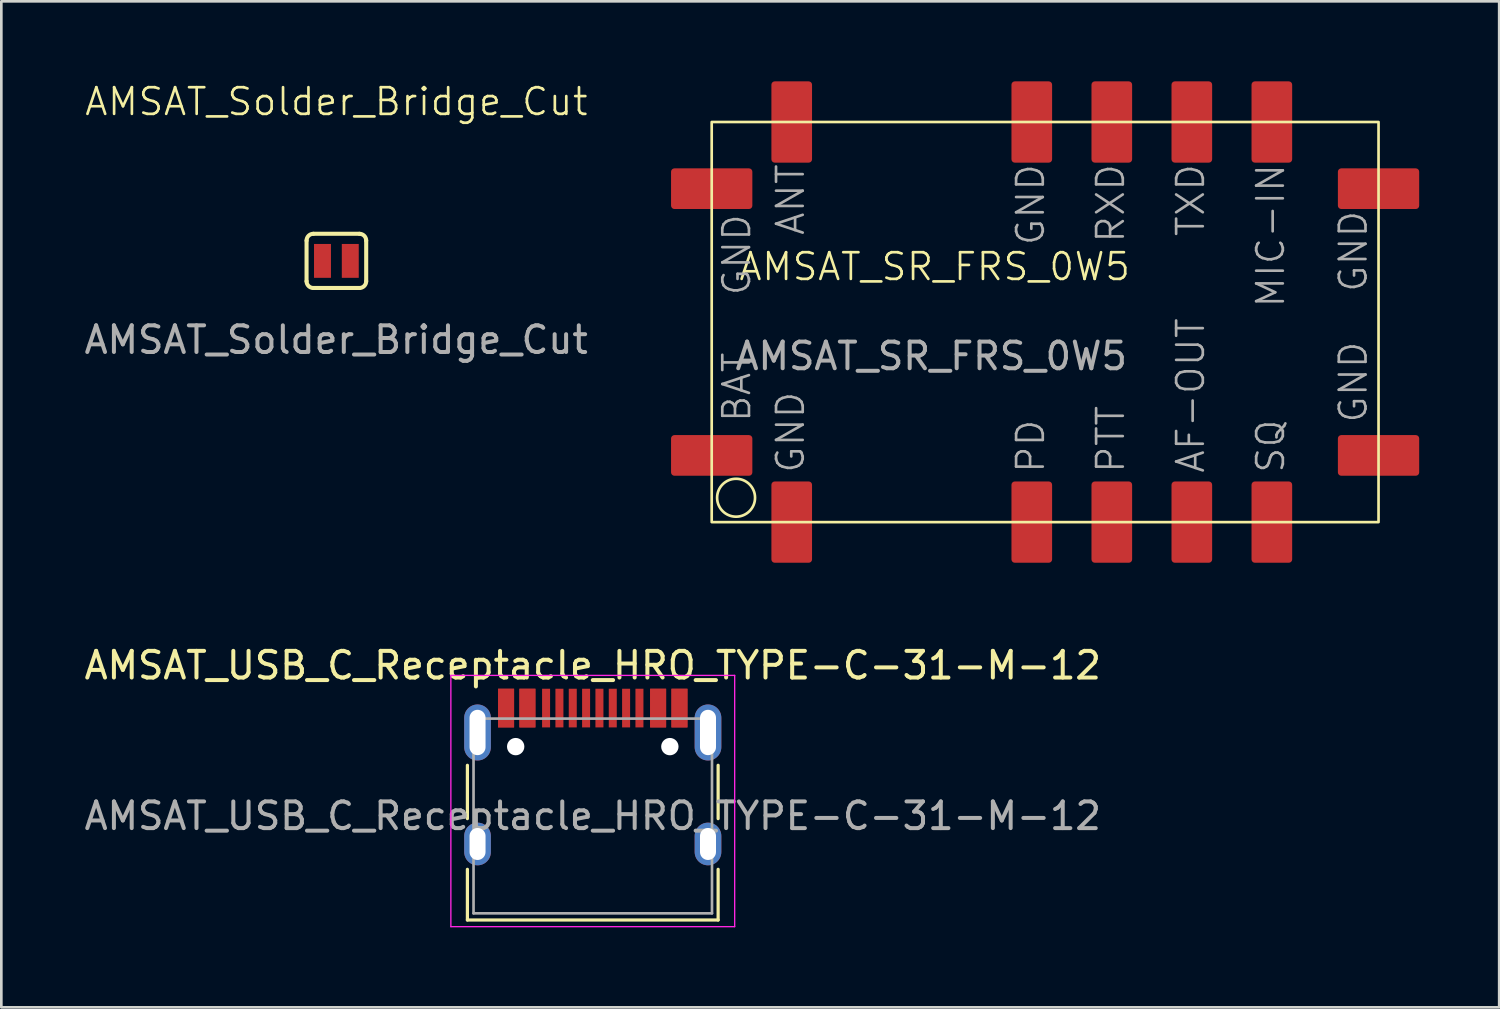
<source format=kicad_pcb>
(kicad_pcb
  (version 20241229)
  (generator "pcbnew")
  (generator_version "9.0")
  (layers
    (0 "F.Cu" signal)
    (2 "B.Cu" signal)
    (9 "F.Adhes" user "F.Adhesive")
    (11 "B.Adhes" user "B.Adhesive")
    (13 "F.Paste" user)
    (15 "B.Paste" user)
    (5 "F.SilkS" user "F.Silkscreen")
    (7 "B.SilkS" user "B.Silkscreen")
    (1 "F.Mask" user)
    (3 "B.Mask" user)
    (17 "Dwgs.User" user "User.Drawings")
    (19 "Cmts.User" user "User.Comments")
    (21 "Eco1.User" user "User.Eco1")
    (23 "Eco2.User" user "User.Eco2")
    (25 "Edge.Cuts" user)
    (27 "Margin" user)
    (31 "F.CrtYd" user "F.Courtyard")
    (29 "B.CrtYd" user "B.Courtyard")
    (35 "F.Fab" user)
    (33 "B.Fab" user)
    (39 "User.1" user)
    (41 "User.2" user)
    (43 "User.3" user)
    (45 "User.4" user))
  (footprint "AMSAT_Solder_Bridge_Cut"
    (layer "F.Cu")
    (at 9.561 6.731)
    (property "Reference" "AMSAT_Solder_Bridge_Cut" (at 0 -5.97 0) (unlocked yes) (layer "F.SilkS") (effects (font (size 1 1) (thickness 0.1))))
    (attr smd)
    (fp_line (start -1.118 0.762) (end -1.118 -0.762) (stroke (width 0.152) (type default)) (layer "F.SilkS"))
    (fp_line (start -0.864 -1.016) (end 0.864 -1.016) (stroke (width 0.152) (type default)) (layer "F.SilkS"))
    (fp_line (start 0.864 1.016) (end -0.864 1.016) (stroke (width 0.152) (type default)) (layer "F.SilkS"))
    (fp_line (start 1.118 -0.762) (end 1.118 0.762) (stroke (width 0.152) (type default)) (layer "F.SilkS"))
    (fp_arc (start -1.1176 -0.762) (mid -1.043205 -0.941605) (end -0.8636 -1.016) (stroke (width 0.1524) (type default)) (layer "F.SilkS"))
    (fp_arc (start -0.8636 1.016) (mid -1.043205 0.941605) (end -1.1176 0.762) (stroke (width 0.1524) (type default)) (layer "F.SilkS"))
    (fp_arc (start 0.8636 -1.016) (mid 1.043205 -0.941605) (end 1.1176 -0.762) (stroke (width 0.1524) (type default)) (layer "F.SilkS"))
    (fp_arc (start 1.1176 0.762) (mid 1.043205 0.941605) (end 0.8636 1.016) (stroke (width 0.1524) (type default)) (layer "F.SilkS"))
    (fp_text user "${REFERENCE}" (at -0.007 2.96 0) (unlocked yes) (layer "F.Fab") (effects (font (size 1 1) (thickness 0.15))))
    (pad "1" smd rect (at -0.521 0 90) (size 1.27 0.635) (layers "F.Cu" "F.Mask" "F.Paste"))
    (pad "2" smd rect (at 0.521 0 90) (size 1.27 0.635) (layers "F.Cu" "F.Mask" "F.Paste")))
  (footprint "AMSAT_USB_C_Receptacle_HRO_TYPE-C-31-M-12"
    (layer "F.Cu")
    (at 19.173 27.541)
    (property "Reference" "AMSAT_USB_C_Receptacle_HRO_TYPE-C-31-M-12" (at 0 -5.645 0) (layer "F.SilkS") (effects (font (size 1 1) (thickness 0.15))))
    (attr smd)
    (fp_line (start -4.7 -1.9) (end -4.7 0.1) (stroke (width 0.12) (type solid)) (layer "F.SilkS"))
    (fp_line (start -4.7 2) (end -4.7 3.9) (stroke (width 0.12) (type solid)) (layer "F.SilkS"))
    (fp_line (start -4.7 3.9) (end 4.7 3.9) (stroke (width 0.12) (type solid)) (layer "F.SilkS"))
    (fp_line (start 4.7 -1.9) (end 4.7 0.1) (stroke (width 0.12) (type solid)) (layer "F.SilkS"))
    (fp_line (start 4.7 2) (end 4.7 3.9) (stroke (width 0.12) (type solid)) (layer "F.SilkS"))
    (fp_line (start -5.32 -5.27) (end -5.32 4.15) (stroke (width 0.05) (type solid)) (layer "F.CrtYd"))
    (fp_line (start -5.32 -5.27) (end 5.32 -5.27) (stroke (width 0.05) (type solid)) (layer "F.CrtYd"))
    (fp_line (start -5.32 4.15) (end 5.32 4.15) (stroke (width 0.05) (type solid)) (layer "F.CrtYd"))
    (fp_line (start 5.32 -5.27) (end 5.32 4.15) (stroke (width 0.05) (type solid)) (layer "F.CrtYd"))
    (fp_line (start -4.47 -3.65) (end -4.47 3.65) (stroke (width 0.1) (type solid)) (layer "F.Fab"))
    (fp_line (start -4.47 -3.65) (end 4.47 -3.65) (stroke (width 0.1) (type solid)) (layer "F.Fab"))
    (fp_line (start -4.47 3.65) (end 4.47 3.65) (stroke (width 0.1) (type solid)) (layer "F.Fab"))
    (fp_line (start 4.47 -3.65) (end 4.47 3.65) (stroke (width 0.1) (type solid)) (layer "F.Fab"))
    (fp_text user "${REFERENCE}" (at 0 0 0) (layer "F.Fab") (effects (font (size 1 1) (thickness 0.15))))
    (pad "" np_thru_hole circle (at -2.89 -2.6) (size 0.65 0.65) (drill 0.65) (layers "*.Cu" "*.Mask"))
    (pad "" np_thru_hole circle (at 2.89 -2.6) (size 0.65 0.65) (drill 0.65) (layers "*.Cu" "*.Mask"))
    (pad "A1" smd rect (at -3.25 -4.045) (size 0.6 1.45) (layers "F.Cu" "F.Mask" "F.Paste"))
    (pad "A4" smd rect (at -2.45 -4.045) (size 0.6 1.45) (layers "F.Cu" "F.Mask" "F.Paste"))
    (pad "A5" smd rect (at -1.25 -4.045) (size 0.3 1.45) (layers "F.Cu" "F.Mask" "F.Paste"))
    (pad "A6" smd rect (at -0.25 -4.045) (size 0.3 1.45) (layers "F.Cu" "F.Mask" "F.Paste"))
    (pad "A7" smd rect (at 0.25 -4.045) (size 0.3 1.45) (layers "F.Cu" "F.Mask" "F.Paste"))
    (pad "A8" smd rect (at 1.25 -4.045) (size 0.3 1.45) (layers "F.Cu" "F.Mask" "F.Paste"))
    (pad "A9" smd rect (at 2.45 -4.045) (size 0.6 1.45) (layers "F.Cu" "F.Mask" "F.Paste"))
    (pad "A12" smd rect (at 3.25 -4.045) (size 0.6 1.45) (layers "F.Cu" "F.Mask" "F.Paste"))
    (pad "B1" smd rect (at 3.25 -4.045) (size 0.6 1.45) (layers "F.Cu" "F.Mask" "F.Paste"))
    (pad "B4" smd rect (at 2.45 -4.045) (size 0.6 1.45) (layers "F.Cu" "F.Mask" "F.Paste"))
    (pad "B5" smd rect (at 1.75 -4.045) (size 0.3 1.45) (layers "F.Cu" "F.Mask" "F.Paste"))
    (pad "B6" smd rect (at 0.75 -4.045) (size 0.3 1.45) (layers "F.Cu" "F.Mask" "F.Paste"))
    (pad "B7" smd rect (at -0.75 -4.045) (size 0.3 1.45) (layers "F.Cu" "F.Mask" "F.Paste"))
    (pad "B8" smd rect (at -1.75 -4.045) (size 0.3 1.45) (layers "F.Cu" "F.Mask" "F.Paste"))
    (pad "B9" smd rect (at -2.45 -4.045) (size 0.6 1.45) (layers "F.Cu" "F.Mask" "F.Paste"))
    (pad "B12" smd rect (at -3.25 -4.045) (size 0.6 1.45) (layers "F.Cu" "F.Mask" "F.Paste"))
    (pad "S1" thru_hole oval (at -4.32 -3.13) (size 1 2.1) (drill oval 0.6 1.7) (layers "*.Cu" "*.Mask"))
    (pad "S1" thru_hole oval (at -4.32 1.05) (size 1 1.6) (drill oval 0.6 1.2) (layers "*.Cu" "*.Mask"))
    (pad "S1" thru_hole oval (at 4.32 -3.13) (size 1 2.1) (drill oval 0.6 1.7) (layers "*.Cu" "*.Mask"))
    (pad "S1" thru_hole oval (at 4.32 1.05) (size 1 1.6) (drill oval 0.6 1.2) (layers "*.Cu" "*.Mask")))
  (footprint "AMSAT_SR_FRS_0W5"
    (layer "F.Cu")
    (at 26.657 16.524)
    (property "Reference" "AMSAT_SR_FRS_0W5" (at 5.334 -9.576 0) (unlocked yes) (layer "F.SilkS") (effects (font (size 1 1) (thickness 0.1))))
    (attr smd)
    (fp_rect (start -3.025 -15) (end 21.975 0) (stroke (width 0.1) (type default)) (fill no) (layer "F.SilkS"))
    (fp_circle (center -2.111 -0.914) (end -2.111 -0.203) (stroke (width 0.1) (type default)) (fill no) (layer "F.SilkS"))
    (fp_text user "GND" (at 0.514 -1.778 90) (unlocked yes) (layer "F.Fab") (effects (font (size 1 1) (thickness 0.1)) (justify left bottom)))
    (fp_text user "PD" (at 9.514 -1.778 90) (unlocked yes) (layer "F.Fab") (effects (font (size 1 1) (thickness 0.1)) (justify left bottom)))
    (fp_text user "RXD" (at 12.514 -10.408 90) (unlocked yes) (layer "F.Fab") (effects (font (size 1 1) (thickness 0.1)) (justify left bottom)))
    (fp_text user "GND" (at -1.501 -8.433 90) (unlocked yes) (layer "F.Fab") (effects (font (size 1 1) (thickness 0.1)) (justify left bottom)))
    (fp_text user "ANT" (at 0.514 -10.693 90) (unlocked yes) (layer "F.Fab") (effects (font (size 1 1) (thickness 0.1)) (justify left bottom)))
    (fp_text user "SQ" (at 18.514 -1.778 90) (unlocked yes) (layer "F.Fab") (effects (font (size 1 1) (thickness 0.1)) (justify left bottom)))
    (fp_text user "MIC-IN" (at 18.514 -7.979 90) (unlocked yes) (layer "F.Fab") (effects (font (size 1 1) (thickness 0.1)) (justify left bottom)))
    (fp_text user "TXD" (at 15.514 -10.646 90) (unlocked yes) (layer "F.Fab") (effects (font (size 1 1) (thickness 0.1)) (justify left bottom)))
    (fp_text user "GND" (at 21.613 -3.658 90) (unlocked yes) (layer "F.Fab") (effects (font (size 1 1) (thickness 0.1)) (justify left bottom)))
    (fp_text user "PTT" (at 12.514 -1.778 90) (unlocked yes) (layer "F.Fab") (effects (font (size 1 1) (thickness 0.1)) (justify left bottom)))
    (fp_text user "BAT" (at -1.501 -3.683 90) (unlocked yes) (layer "F.Fab") (effects (font (size 1 1) (thickness 0.1)) (justify left bottom)))
    (fp_text user "GND" (at 21.613 -8.56 90) (unlocked yes) (layer "F.Fab") (effects (font (size 1 1) (thickness 0.1)) (justify left bottom)))
    (fp_text user "${REFERENCE}" (at 5.207 -6.223 0) (unlocked yes) (layer "F.Fab") (effects (font (size 1 1) (thickness 0.15))))
    (fp_text user "GND" (at 9.514 -10.312 90) (unlocked yes) (layer "F.Fab") (effects (font (size 1 1) (thickness 0.1)) (justify left bottom)))
    (fp_text user "AF-OUT" (at 15.514 -1.778 90) (unlocked yes) (layer "F.Fab") (effects (font (size 1 1) (thickness 0.1)) (justify left bottom)))
    (pad "1" smd roundrect (at -0.025 0 90) (size 3.048 1.524) (layers "F.Cu" "F.Mask" "F.Paste") (roundrect_rratio 0.083))
    (pad "2" smd roundrect (at 8.975 0 90) (size 3.048 1.524) (layers "F.Cu" "F.Mask" "F.Paste") (roundrect_rratio 0.083))
    (pad "3" smd roundrect (at 11.975 0 90) (size 3.048 1.524) (layers "F.Cu" "F.Mask" "F.Paste") (roundrect_rratio 0.083))
    (pad "4" smd roundrect (at 14.975 0 90) (size 3.048 1.524) (layers "F.Cu" "F.Mask" "F.Paste") (roundrect_rratio 0.083))
    (pad "5" smd roundrect (at 17.975 0 90) (size 3.048 1.524) (layers "F.Cu" "F.Mask" "F.Paste") (roundrect_rratio 0.083))
    (pad "6" smd roundrect (at 21.975 -2.5 180) (size 3.048 1.524) (layers "F.Cu" "F.Mask" "F.Paste") (roundrect_rratio 0.083))
    (pad "7" smd roundrect (at 21.975 -12.5 180) (size 3.048 1.524) (layers "F.Cu" "F.Mask" "F.Paste") (roundrect_rratio 0.083))
    (pad "8" smd roundrect (at 17.975 -15 270) (size 3.048 1.524) (layers "F.Cu" "F.Mask" "F.Paste") (roundrect_rratio 0.083))
    (pad "9" smd roundrect (at 14.975 -15 270) (size 3.048 1.524) (layers "F.Cu" "F.Mask" "F.Paste") (roundrect_rratio 0.083))
    (pad "10" smd roundrect (at 11.975 -15 270) (size 3.048 1.524) (layers "F.Cu" "F.Mask" "F.Paste") (roundrect_rratio 0.083))
    (pad "11" smd roundrect (at 8.975 -15 270) (size 3.048 1.524) (layers "F.Cu" "F.Mask" "F.Paste") (roundrect_rratio 0.083))
    (pad "12" smd roundrect (at -0.025 -15 270) (size 3.048 1.524) (layers "F.Cu" "F.Mask" "F.Paste") (roundrect_rratio 0.083))
    (pad "13" smd roundrect (at -3.025 -12.5 180) (size 3.048 1.524) (layers "F.Cu" "F.Mask" "F.Paste") (roundrect_rratio 0.083))
    (pad "14" smd roundrect (at -3.025 -2.5 180) (size 3.048 1.524) (layers "F.Cu" "F.Mask" "F.Paste") (roundrect_rratio 0.083)))
  (gr_rect
    (start -3 -3)
    (end 53.155 34.716)
    (stroke (width 0.1) (type default))
    (fill no)
    (layer "Edge.Cuts")))
</source>
